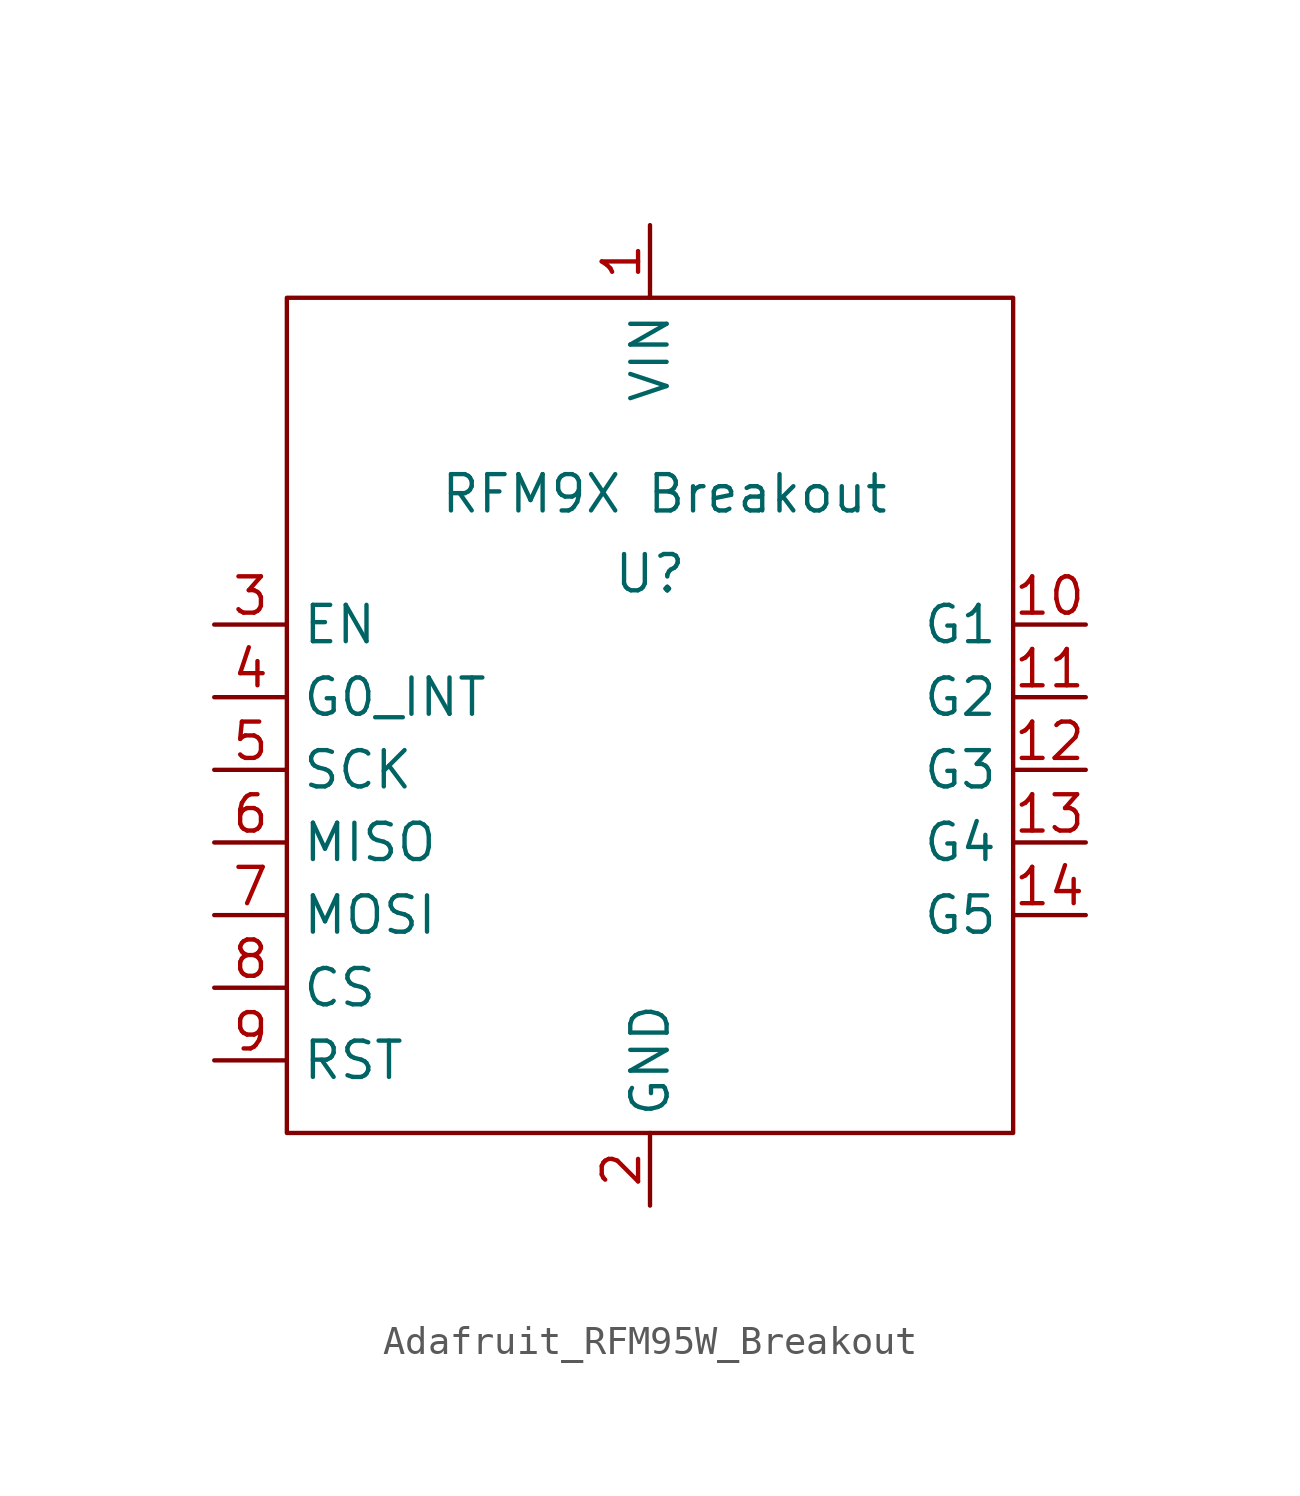
<source format=kicad_sym>
(kicad_symbol_lib
  (version 20231120)
  (generator "kicad_symbol_editor")
  (generator_version "8.0")
  (symbol "Adafruit_RFM95W_Breakout"
    (property "Reference" "U"
      (at 0 -12.192 0)
      (effects (font (size 1.27 1.27))))
    (property "Value" "RFM9X Breakout"
      (at 0.508 -9.398 0)
      (do_not_autoplace)
      (effects (font (size 1.27 1.27))))
    (symbol "Adafruit_RFM95W_Breakout_0_1"
      (rectangle (start -12.7 -2.54) (end 12.7 -31.75) (stroke (width 0) (type default)) (fill (type none))))
    (symbol "Adafruit_RFM95W_Breakout_1_0"
      (pin input line (at 0 0 270) (length 2.54) (name "VIN" (effects (font (size 1.27 1.27)))) (number "1" (effects (font (size 1.27 1.27)))))
      (pin bidirectional line (at 15.24 -13.97 180) (length 2.54) (name "G1" (effects (font (size 1.27 1.27)))) (number "10" (effects (font (size 1.27 1.27)))))
      (pin bidirectional line (at 15.24 -16.51 180) (length 2.54) (name "G2" (effects (font (size 1.27 1.27)))) (number "11" (effects (font (size 1.27 1.27)))))
      (pin bidirectional line (at 15.24 -19.05 180) (length 2.54) (name "G3" (effects (font (size 1.27 1.27)))) (number "12" (effects (font (size 1.27 1.27)))))
      (pin bidirectional line (at 15.24 -21.59 180) (length 2.54) (name "G4" (effects (font (size 1.27 1.27)))) (number "13" (effects (font (size 1.27 1.27)))))
      (pin bidirectional line (at 15.24 -24.13 180) (length 2.54) (name "G5" (effects (font (size 1.27 1.27)))) (number "14" (effects (font (size 1.27 1.27)))))
      (pin input line (at 0 -34.29 90) (length 2.54) (name "GND" (effects (font (size 1.27 1.27)))) (number "2" (effects (font (size 1.27 1.27)))))
      (pin input line (at -15.24 -13.97 0) (length 2.54) (name "EN" (effects (font (size 1.27 1.27)))) (number "3" (effects (font (size 1.27 1.27)))))
      (pin output line (at -15.24 -16.51 0) (length 2.54) (name "G0_INT" (effects (font (size 1.27 1.27)))) (number "4" (effects (font (size 1.27 1.27)))))
      (pin input line (at -15.24 -19.05 0) (length 2.54) (name "SCK" (effects (font (size 1.27 1.27)))) (number "5" (effects (font (size 1.27 1.27)))))
      (pin output line (at -15.24 -21.59 0) (length 2.54) (name "MISO" (effects (font (size 1.27 1.27)))) (number "6" (effects (font (size 1.27 1.27)))))
      (pin input line (at -15.24 -24.13 0) (length 2.54) (name "MOSI" (effects (font (size 1.27 1.27)))) (number "7" (effects (font (size 1.27 1.27)))))
      (pin input line (at -15.24 -26.67 0) (length 2.54) (name "CS" (effects (font (size 1.27 1.27)))) (number "8" (effects (font (size 1.27 1.27)))))
      (pin input line (at -15.24 -29.21 0) (length 2.54) (name "RST" (effects (font (size 1.27 1.27)))) (number "9" (effects (font (size 1.27 1.27))))))))
</source>
